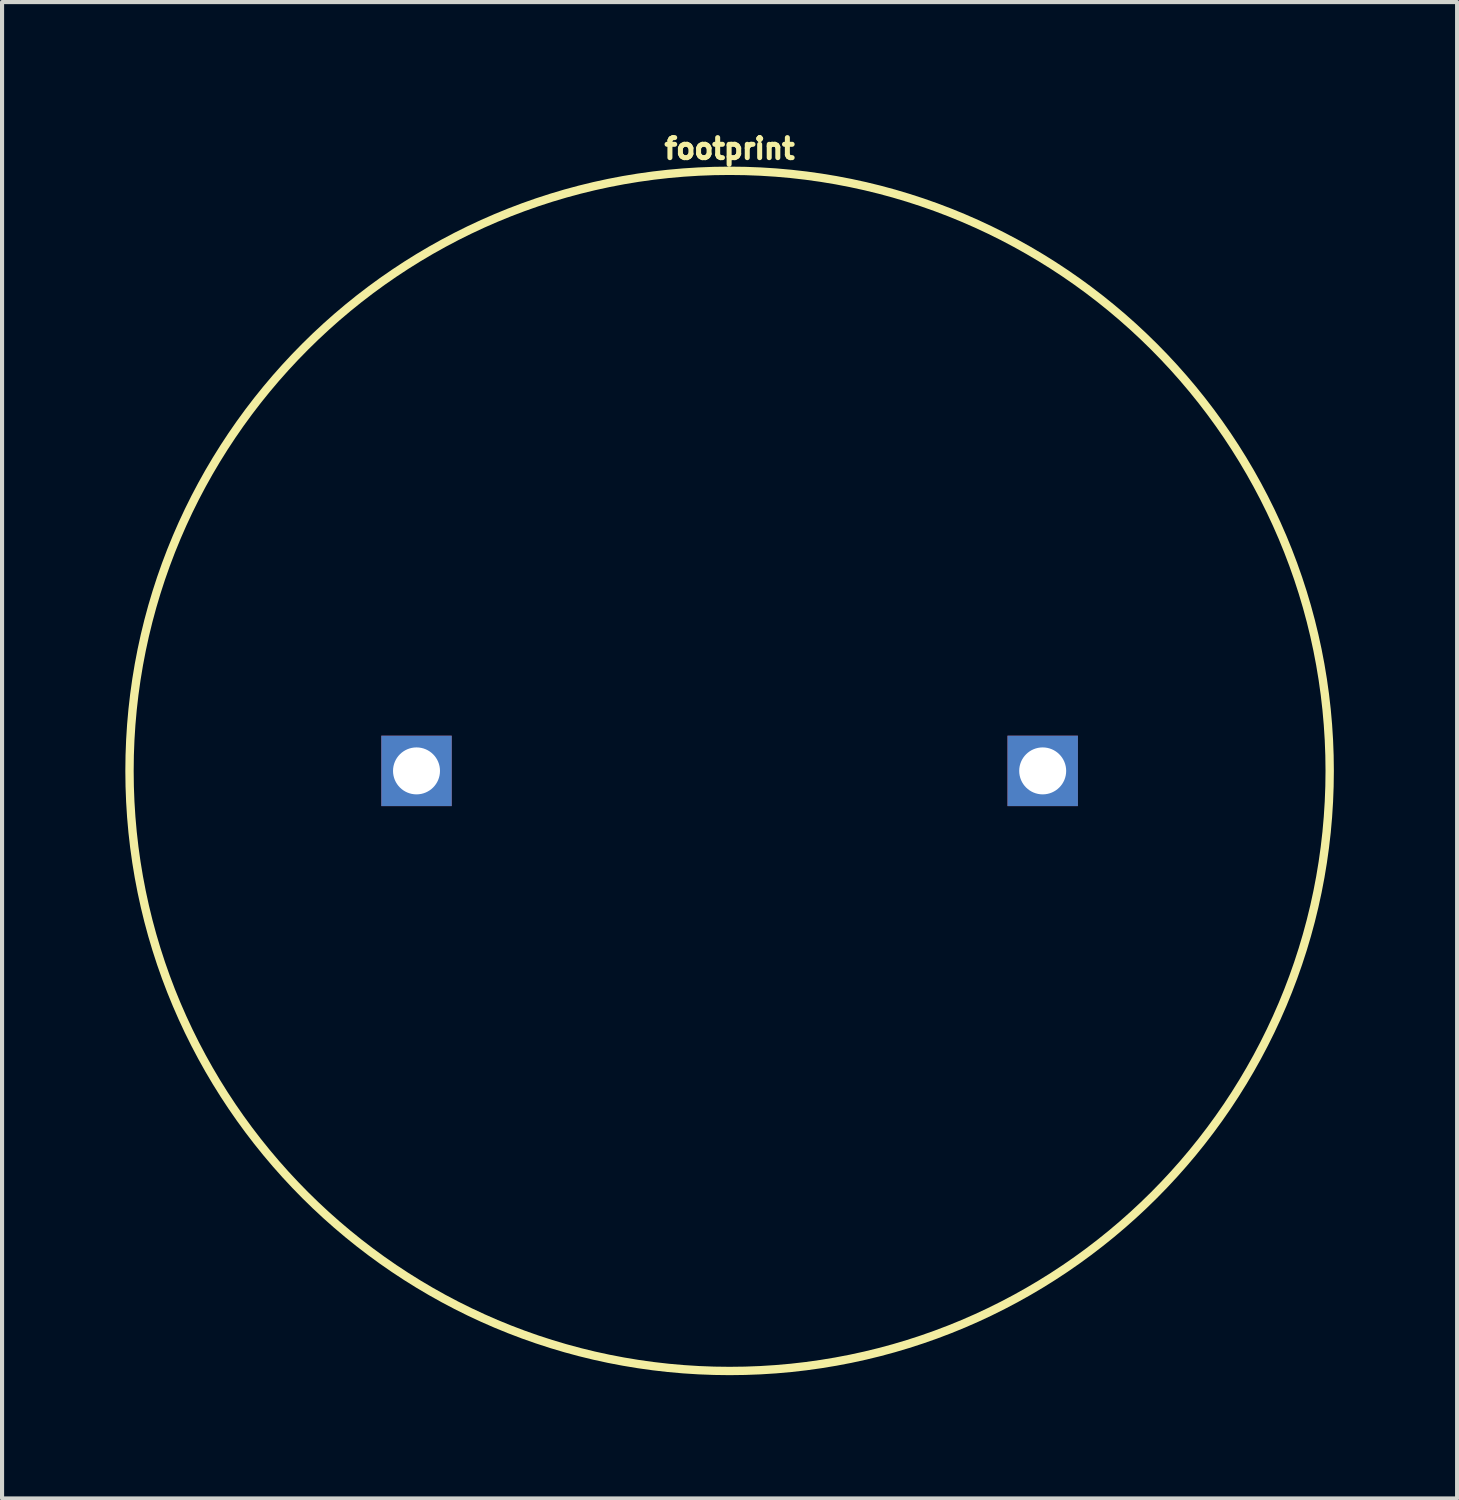
<source format=kicad_pcb>
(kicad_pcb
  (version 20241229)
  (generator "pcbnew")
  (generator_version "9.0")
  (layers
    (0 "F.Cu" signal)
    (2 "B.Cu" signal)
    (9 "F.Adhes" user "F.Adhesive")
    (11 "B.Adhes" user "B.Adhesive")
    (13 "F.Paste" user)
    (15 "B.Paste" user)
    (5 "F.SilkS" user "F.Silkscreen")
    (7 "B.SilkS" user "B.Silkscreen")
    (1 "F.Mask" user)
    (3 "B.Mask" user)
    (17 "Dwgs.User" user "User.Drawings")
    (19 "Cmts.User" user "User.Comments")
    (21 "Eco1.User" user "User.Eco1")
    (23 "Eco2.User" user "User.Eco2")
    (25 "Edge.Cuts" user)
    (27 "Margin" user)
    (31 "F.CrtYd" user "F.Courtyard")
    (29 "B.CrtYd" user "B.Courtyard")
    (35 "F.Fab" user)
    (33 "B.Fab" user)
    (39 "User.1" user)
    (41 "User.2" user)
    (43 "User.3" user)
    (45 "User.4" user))
  (footprint "footprint"
    (layer "F.Cu")
    (at 14.707 15.712)
    (property "Reference" "footprint" (at 0 -14.859 0) (layer "F.SilkS") (effects (font (size 0.488 0.488) (thickness 0.122)) (justify bottom)))
    (fp_circle (center 0 0) (end 14.605 0) (stroke (width 0.203) (type solid)) (fill no) (layer "F.SilkS"))
    (pad "+" thru_hole rect (at -7.62 0) (size 1.714 1.714) (drill 1.143) (layers "*.Cu" "*.Mask"))
    (pad "-" thru_hole rect (at 7.62 0 90) (size 1.714 1.714) (drill 1.143) (layers "*.Cu" "*.Mask")))
  (gr_rect
    (start -3 -3)
    (end 32.413 33.419)
    (stroke (width 0.1) (type default))
    (fill no)
    (layer "Edge.Cuts")))
</source>
